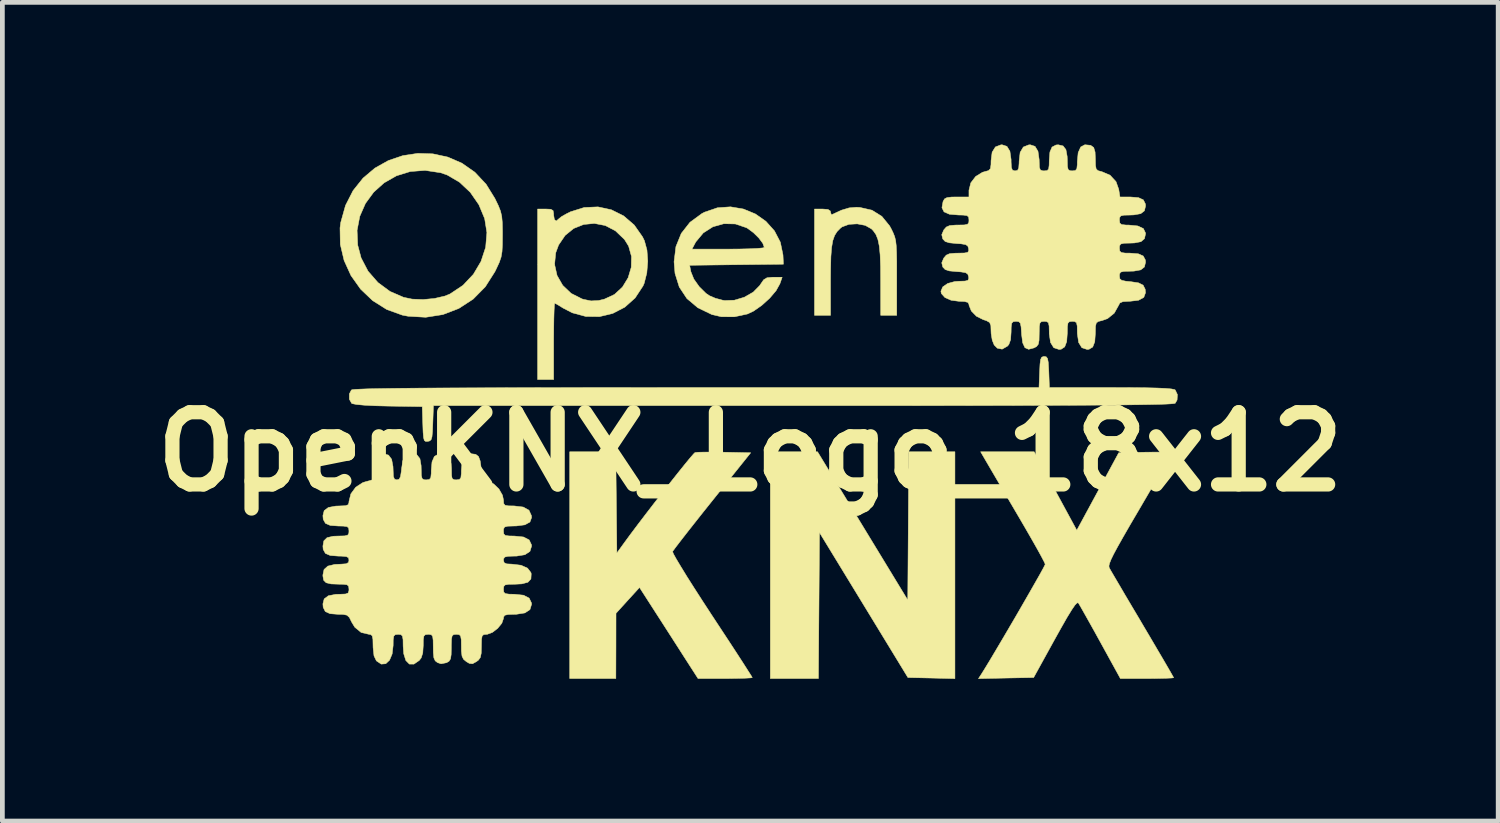
<source format=kicad_pcb>
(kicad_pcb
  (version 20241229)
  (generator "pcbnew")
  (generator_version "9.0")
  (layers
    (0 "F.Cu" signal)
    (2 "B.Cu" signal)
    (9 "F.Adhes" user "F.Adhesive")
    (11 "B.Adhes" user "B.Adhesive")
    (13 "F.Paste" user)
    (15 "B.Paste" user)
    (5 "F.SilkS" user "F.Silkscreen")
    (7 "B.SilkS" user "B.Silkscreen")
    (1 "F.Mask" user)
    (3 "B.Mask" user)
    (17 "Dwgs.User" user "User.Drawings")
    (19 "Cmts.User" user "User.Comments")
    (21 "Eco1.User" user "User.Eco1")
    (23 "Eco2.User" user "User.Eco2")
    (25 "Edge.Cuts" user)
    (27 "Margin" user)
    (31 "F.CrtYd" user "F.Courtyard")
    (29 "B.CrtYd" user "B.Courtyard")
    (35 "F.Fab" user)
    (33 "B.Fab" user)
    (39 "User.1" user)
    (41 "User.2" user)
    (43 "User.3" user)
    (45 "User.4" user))
  (footprint "OpenKNX_Logo_18x12"
    (layer "F.Cu")
    (at 12.78 6.482)
    (property "Reference" "OpenKNX_Logo_18x12" (at 0 0 0) (layer "F.SilkS") (effects (font (size 1.524 1.524) (thickness 0.3))))
    (attr through_hole)
    (fp_poly (pts (xy 3.323 3.129) (xy 3.334 1.564) (xy 3.345 0) (xy 4.318 0) (xy 4.318 4.786) (xy 3.822 4.774) (xy 3.326 4.763) (xy 2.393 3.233) (xy 1.46 1.704) (xy 1.438 4.784) (xy 0.423 4.784) (xy 0.423 0) (xy 1.419 0) (xy 3.323 3.129)) (stroke (width 0.01) (type solid)) (fill yes) (layer "F.SilkS"))
    (fp_poly (pts (xy 2.314 -5.155) (xy 2.568 -5.097) (xy 2.776 -4.967) (xy 2.94 -4.766) (xy 2.979 -4.694) (xy 3.018 -4.612) (xy 3.047 -4.538) (xy 3.067 -4.456) (xy 3.079 -4.352) (xy 3.086 -4.21) (xy 3.09 -4.017) (xy 3.09 -3.758) (xy 3.09 -3.675) (xy 3.09 -2.879) (xy 2.752 -2.879) (xy 2.751 -3.588) (xy 2.749 -3.906) (xy 2.74 -4.153) (xy 2.722 -4.34) (xy 2.693 -4.479) (xy 2.652 -4.583) (xy 2.595 -4.664) (xy 2.558 -4.702) (xy 2.426 -4.777) (xy 2.256 -4.809) (xy 2.082 -4.799) (xy 1.936 -4.745) (xy 1.904 -4.72) (xy 1.832 -4.647) (xy 1.779 -4.563) (xy 1.741 -4.455) (xy 1.716 -4.31) (xy 1.701 -4.117) (xy 1.695 -3.861) (xy 1.693 -3.621) (xy 1.693 -2.879) (xy 1.355 -2.879) (xy 1.355 -5.122) (xy 1.524 -5.122) (xy 1.64 -5.113) (xy 1.689 -5.08) (xy 1.693 -5.055) (xy 1.709 -5.006) (xy 1.725 -5.005) (xy 1.923 -5.097) (xy 2.085 -5.146) (xy 2.238 -5.159) (xy 2.314 -5.155)) (stroke (width 0.01) (type solid)) (fill yes) (layer "F.SilkS"))
    (fp_poly (pts (xy -2.826 1.068) (xy -2.815 2.136) (xy -2.647 1.904) (xy -2.525 1.738) (xy -2.377 1.541) (xy -2.211 1.323) (xy -2.034 1.093) (xy -1.855 0.863) (xy -1.681 0.641) (xy -1.52 0.438) (xy -1.38 0.264) (xy -1.269 0.129) (xy -1.195 0.044) (xy -1.167 0.017) (xy -1.108 0.01) (xy -0.982 0.007) (xy -0.806 0.006) (xy -0.598 0.008) (xy -0.554 0.009) (xy 0.009 0.021) (xy -0.805 1.037) (xy -1.008 1.291) (xy -1.194 1.526) (xy -1.356 1.732) (xy -1.487 1.901) (xy -1.582 2.025) (xy -1.633 2.095) (xy -1.639 2.106) (xy -1.622 2.153) (xy -1.562 2.261) (xy -1.465 2.423) (xy -1.337 2.632) (xy -1.181 2.878) (xy -1.004 3.153) (xy -0.811 3.449) (xy -0.809 3.452) (xy -0.615 3.747) (xy -0.436 4.019) (xy -0.278 4.261) (xy -0.146 4.465) (xy -0.046 4.622) (xy 0.019 4.724) (xy 0.042 4.764) (xy 0.042 4.764) (xy 0.003 4.771) (xy -0.106 4.777) (xy -0.269 4.781) (xy -0.471 4.784) (xy -0.53 4.784) (xy -1.102 4.784) (xy -1.395 4.329) (xy -1.537 4.107) (xy -1.704 3.847) (xy -1.873 3.584) (xy -2.012 3.368) (xy -2.337 2.863) (xy -2.585 3.135) (xy -2.833 3.408) (xy -2.834 4.096) (xy -2.836 4.784) (xy -3.81 4.784) (xy -3.81 0) (xy -2.838 0) (xy -2.826 1.068)) (stroke (width 0.01) (type solid)) (fill yes) (layer "F.SilkS"))
    (fp_poly (pts (xy -2.931 -5.106) (xy -2.672 -4.977) (xy -2.449 -4.785) (xy -2.273 -4.534) (xy -2.233 -4.452) (xy -2.18 -4.256) (xy -2.163 -4.019) (xy -2.183 -3.774) (xy -2.238 -3.556) (xy -2.264 -3.497) (xy -2.43 -3.245) (xy -2.647 -3.051) (xy -2.902 -2.919) (xy -3.181 -2.852) (xy -3.47 -2.855) (xy -3.755 -2.932) (xy -3.947 -3.031) (xy -4.047 -3.093) (xy -4.114 -3.129) (xy -4.127 -3.133) (xy -4.133 -3.093) (xy -4.139 -2.981) (xy -4.144 -2.81) (xy -4.147 -2.594) (xy -4.149 -2.345) (xy -4.149 -2.328) (xy -4.149 -1.524) (xy -4.487 -1.524) (xy -4.487 -3.954) (xy -4.129 -3.954) (xy -4.077 -3.72) (xy -3.958 -3.512) (xy -3.78 -3.342) (xy -3.551 -3.226) (xy -3.524 -3.217) (xy -3.359 -3.183) (xy -3.201 -3.191) (xy -3.079 -3.22) (xy -2.866 -3.319) (xy -2.697 -3.475) (xy -2.577 -3.672) (xy -2.511 -3.893) (xy -2.506 -4.121) (xy -2.567 -4.339) (xy -2.653 -4.478) (xy -2.845 -4.662) (xy -3.061 -4.774) (xy -3.289 -4.818) (xy -3.515 -4.796) (xy -3.726 -4.712) (xy -3.906 -4.566) (xy -4.044 -4.363) (xy -4.105 -4.198) (xy -4.129 -3.954) (xy -4.487 -3.954) (xy -4.487 -5.122) (xy -4.318 -5.122) (xy -4.209 -5.117) (xy -4.161 -5.09) (xy -4.149 -5.023) (xy -4.149 -4.995) (xy -4.133 -4.899) (xy -4.093 -4.869) (xy -4.041 -4.914) (xy -4.04 -4.915) (xy -3.988 -4.958) (xy -3.884 -5.018) (xy -3.794 -5.063) (xy -3.505 -5.154) (xy -3.213 -5.167) (xy -2.931 -5.106)) (stroke (width 0.01) (type solid)) (fill yes) (layer "F.SilkS"))
    (fp_poly (pts (xy -0.145 -5.122) (xy 0.108 -5.018) (xy 0.33 -4.862) (xy 0.51 -4.661) (xy 0.634 -4.423) (xy 0.69 -4.154) (xy 0.691 -4.136) (xy 0.699 -3.958) (xy -0.291 -3.947) (xy -1.28 -3.935) (xy -1.253 -3.799) (xy -1.191 -3.644) (xy -1.076 -3.482) (xy -0.934 -3.342) (xy -0.86 -3.292) (xy -0.736 -3.239) (xy -0.583 -3.198) (xy -0.541 -3.191) (xy -0.336 -3.198) (xy -0.125 -3.261) (xy 0.063 -3.369) (xy 0.201 -3.509) (xy 0.216 -3.533) (xy 0.282 -3.629) (xy 0.353 -3.672) (xy 0.466 -3.683) (xy 0.489 -3.683) (xy 0.673 -3.683) (xy 0.625 -3.545) (xy 0.544 -3.399) (xy 0.408 -3.239) (xy 0.241 -3.088) (xy 0.067 -2.967) (xy -0.061 -2.907) (xy -0.335 -2.848) (xy -0.609 -2.849) (xy -0.809 -2.895) (xy -1.107 -3.039) (xy -1.337 -3.233) (xy -1.498 -3.476) (xy -1.588 -3.764) (xy -1.608 -4.01) (xy -1.575 -4.276) (xy -1.23 -4.276) (xy -0.467 -4.276) (xy -0.223 -4.278) (xy -0.012 -4.283) (xy 0.154 -4.291) (xy 0.261 -4.301) (xy 0.296 -4.312) (xy 0.264 -4.399) (xy 0.181 -4.51) (xy 0.068 -4.622) (xy -0.055 -4.713) (xy -0.081 -4.728) (xy -0.316 -4.807) (xy -0.558 -4.812) (xy -0.789 -4.747) (xy -0.991 -4.618) (xy -1.148 -4.43) (xy -1.169 -4.392) (xy -1.23 -4.276) (xy -1.575 -4.276) (xy -1.569 -4.328) (xy -1.456 -4.607) (xy -1.273 -4.841) (xy -1.021 -5.026) (xy -0.963 -5.056) (xy -0.694 -5.148) (xy -0.417 -5.168) (xy -0.145 -5.122)) (stroke (width 0.01) (type solid)) (fill yes) (layer "F.SilkS"))
    (fp_poly (pts (xy -6.696 -6.286) (xy -6.382 -6.218) (xy -6.084 -6.089) (xy -5.811 -5.898) (xy -5.573 -5.644) (xy -5.388 -5.344) (xy -5.316 -5.195) (xy -5.27 -5.079) (xy -5.244 -4.968) (xy -5.232 -4.837) (xy -5.228 -4.658) (xy -5.228 -4.572) (xy -5.23 -4.368) (xy -5.238 -4.222) (xy -5.258 -4.106) (xy -5.296 -3.995) (xy -5.358 -3.862) (xy -5.388 -3.8) (xy -5.59 -3.482) (xy -5.847 -3.221) (xy -6.15 -3.024) (xy -6.486 -2.895) (xy -6.847 -2.838) (xy -7.22 -2.86) (xy -7.34 -2.883) (xy -7.67 -3.002) (xy -7.967 -3.189) (xy -8.221 -3.431) (xy -8.425 -3.718) (xy -8.57 -4.037) (xy -8.65 -4.376) (xy -8.655 -4.672) (xy -8.296 -4.672) (xy -8.283 -4.361) (xy -8.211 -4.091) (xy -8.065 -3.811) (xy -7.856 -3.571) (xy -7.601 -3.383) (xy -7.315 -3.259) (xy -7.134 -3.221) (xy -6.903 -3.212) (xy -6.661 -3.235) (xy -6.442 -3.286) (xy -6.335 -3.33) (xy -6.063 -3.511) (xy -5.842 -3.745) (xy -5.681 -4.017) (xy -5.583 -4.315) (xy -5.557 -4.625) (xy -5.604 -4.919) (xy -5.727 -5.214) (xy -5.908 -5.475) (xy -6.135 -5.688) (xy -6.393 -5.839) (xy -6.53 -5.887) (xy -6.86 -5.937) (xy -7.174 -5.913) (xy -7.465 -5.823) (xy -7.725 -5.675) (xy -7.946 -5.477) (xy -8.12 -5.239) (xy -8.239 -4.968) (xy -8.296 -4.672) (xy -8.655 -4.672) (xy -8.656 -4.723) (xy -8.641 -4.837) (xy -8.54 -5.198) (xy -8.38 -5.511) (xy -8.17 -5.774) (xy -7.919 -5.986) (xy -7.637 -6.144) (xy -7.332 -6.248) (xy -7.016 -6.296) (xy -6.696 -6.286)) (stroke (width 0.01) (type solid)) (fill yes) (layer "F.SilkS"))
    (fp_poly (pts (xy 6.245 -2.003) (xy 6.272 -1.967) (xy 6.287 -1.887) (xy 6.296 -1.744) (xy 6.299 -1.683) (xy 6.311 -1.355) (xy 7.613 -1.355) (xy 8.013 -1.354) (xy 8.334 -1.351) (xy 8.582 -1.345) (xy 8.764 -1.337) (xy 8.885 -1.326) (xy 8.952 -1.312) (xy 8.966 -1.304) (xy 9.012 -1.207) (xy 9.005 -1.092) (xy 8.966 -1.024) (xy 8.941 -1.018) (xy 8.878 -1.012) (xy 8.773 -1.006) (xy 8.625 -1.001) (xy 8.43 -0.997) (xy 8.185 -0.993) (xy 7.887 -0.989) (xy 7.534 -0.986) (xy 7.123 -0.983) (xy 6.651 -0.981) (xy 6.114 -0.979) (xy 5.511 -0.977) (xy 4.839 -0.976) (xy 4.094 -0.975) (xy 3.273 -0.974) (xy 2.374 -0.974) (xy 1.395 -0.974) (xy 1.115 -0.974) (xy -6.685 -0.974) (xy -6.698 -0.603) (xy -6.705 -0.425) (xy -6.716 -0.314) (xy -6.735 -0.254) (xy -6.767 -0.228) (xy -6.803 -0.22) (xy -6.848 -0.218) (xy -6.877 -0.239) (xy -6.893 -0.298) (xy -6.903 -0.411) (xy -6.909 -0.579) (xy -6.921 -0.953) (xy -7.638 -0.964) (xy -7.92 -0.971) (xy -8.146 -0.983) (xy -8.309 -0.998) (xy -8.399 -1.016) (xy -8.411 -1.022) (xy -8.459 -1.109) (xy -8.459 -1.221) (xy -8.416 -1.304) (xy -8.391 -1.311) (xy -8.327 -1.317) (xy -8.221 -1.322) (xy -8.071 -1.328) (xy -7.874 -1.332) (xy -7.627 -1.336) (xy -7.326 -1.34) (xy -6.968 -1.343) (xy -6.552 -1.346) (xy -6.073 -1.348) (xy -5.53 -1.35) (xy -4.918 -1.352) (xy -4.235 -1.353) (xy -3.478 -1.354) (xy -2.644 -1.354) (xy -1.731 -1.355) (xy -1.136 -1.355) (xy 6.092 -1.355) (xy 6.105 -1.683) (xy 6.113 -1.849) (xy 6.126 -1.947) (xy 6.149 -1.995) (xy 6.186 -2.01) (xy 6.202 -2.011) (xy 6.245 -2.003)) (stroke (width 0.01) (type solid)) (fill yes) (layer "F.SilkS"))
    (fp_poly (pts (xy 5.425 0.000143) (xy 5.99 0.000286) (xy 6.44 0.828) (xy 6.889 1.656) (xy 7.332 0.838) (xy 7.774 0.021) (xy 8.332 0.009) (xy 8.538 0.007) (xy 8.71 0.008) (xy 8.832 0.013) (xy 8.888 0.022) (xy 8.89 0.024) (xy 8.869 0.065) (xy 8.811 0.171) (xy 8.719 0.332) (xy 8.6 0.538) (xy 8.459 0.782) (xy 8.3 1.054) (xy 8.21 1.208) (xy 8.018 1.535) (xy 7.866 1.799) (xy 7.75 2.005) (xy 7.666 2.161) (xy 7.61 2.276) (xy 7.579 2.356) (xy 7.567 2.41) (xy 7.573 2.446) (xy 7.575 2.45) (xy 7.607 2.507) (xy 7.677 2.627) (xy 7.779 2.8) (xy 7.906 3.017) (xy 8.054 3.267) (xy 8.217 3.541) (xy 8.276 3.642) (xy 8.44 3.919) (xy 8.588 4.171) (xy 8.717 4.39) (xy 8.82 4.567) (xy 8.892 4.693) (xy 8.929 4.759) (xy 8.932 4.767) (xy 8.893 4.773) (xy 8.784 4.778) (xy 8.621 4.782) (xy 8.421 4.784) (xy 8.37 4.784) (xy 7.809 4.784) (xy 7.386 4.015) (xy 7.257 3.781) (xy 7.139 3.57) (xy 7.04 3.394) (xy 6.967 3.265) (xy 6.926 3.196) (xy 6.921 3.189) (xy 6.896 3.188) (xy 6.851 3.234) (xy 6.783 3.333) (xy 6.686 3.491) (xy 6.559 3.714) (xy 6.429 3.947) (xy 5.979 4.763) (xy 5.397 4.774) (xy 4.815 4.786) (xy 4.877 4.69) (xy 4.95 4.573) (xy 5.051 4.407) (xy 5.173 4.202) (xy 5.311 3.969) (xy 5.458 3.719) (xy 5.608 3.463) (xy 5.754 3.21) (xy 5.891 2.972) (xy 6.012 2.76) (xy 6.112 2.584) (xy 6.183 2.455) (xy 6.219 2.383) (xy 6.223 2.373) (xy 6.202 2.324) (xy 6.144 2.213) (xy 6.054 2.049) (xy 5.937 1.843) (xy 5.8 1.605) (xy 5.658 1.362) (xy 5.5 1.093) (xy 5.349 0.836) (xy 5.214 0.606) (xy 5.101 0.413) (xy 5.018 0.271) (xy 4.977 0.201) (xy 4.86 0) (xy 5.425 0.000143)) (stroke (width 0.01) (type solid)) (fill yes) (layer "F.SilkS"))
    (fp_poly (pts (xy 7.181 -6.466) (xy 7.246 -6.42) (xy 7.275 -6.324) (xy 7.281 -6.181) (xy 7.284 -6.044) (xy 7.298 -5.968) (xy 7.335 -5.932) (xy 7.407 -5.912) (xy 7.417 -5.91) (xy 7.592 -5.835) (xy 7.717 -5.699) (xy 7.774 -5.538) (xy 7.8 -5.376) (xy 8.019 -5.376) (xy 8.191 -5.362) (xy 8.294 -5.315) (xy 8.337 -5.228) (xy 8.34 -5.186) (xy 8.316 -5.084) (xy 8.238 -5.024) (xy 8.094 -4.998) (xy 8.014 -4.995) (xy 7.883 -4.992) (xy 7.817 -4.977) (xy 7.792 -4.939) (xy 7.789 -4.889) (xy 7.797 -4.825) (xy 7.835 -4.794) (xy 7.927 -4.784) (xy 7.983 -4.784) (xy 8.175 -4.765) (xy 8.294 -4.71) (xy 8.339 -4.616) (xy 8.34 -4.6) (xy 8.317 -4.496) (xy 8.243 -4.433) (xy 8.104 -4.406) (xy 8.014 -4.403) (xy 7.883 -4.4) (xy 7.817 -4.384) (xy 7.792 -4.346) (xy 7.789 -4.297) (xy 7.796 -4.235) (xy 7.829 -4.204) (xy 7.91 -4.192) (xy 8.014 -4.191) (xy 8.187 -4.177) (xy 8.291 -4.131) (xy 8.336 -4.047) (xy 8.34 -4) (xy 8.316 -3.899) (xy 8.238 -3.838) (xy 8.094 -3.812) (xy 8.014 -3.81) (xy 7.883 -3.807) (xy 7.816 -3.791) (xy 7.792 -3.753) (xy 7.789 -3.709) (xy 7.797 -3.651) (xy 7.835 -3.618) (xy 7.922 -3.599) (xy 8.026 -3.589) (xy 8.192 -3.564) (xy 8.289 -3.515) (xy 8.332 -3.43) (xy 8.339 -3.356) (xy 8.303 -3.258) (xy 8.192 -3.197) (xy 8.006 -3.175) (xy 7.985 -3.175) (xy 7.863 -3.168) (xy 7.798 -3.14) (xy 7.766 -3.08) (xy 7.766 -3.08) (xy 7.679 -2.924) (xy 7.538 -2.81) (xy 7.423 -2.769) (xy 7.343 -2.75) (xy 7.301 -2.718) (xy 7.284 -2.648) (xy 7.281 -2.52) (xy 7.281 -2.501) (xy 7.268 -2.32) (xy 7.225 -2.21) (xy 7.147 -2.163) (xy 7.107 -2.159) (xy 6.996 -2.196) (xy 6.928 -2.306) (xy 6.901 -2.49) (xy 6.9 -2.522) (xy 6.898 -2.654) (xy 6.883 -2.723) (xy 6.846 -2.748) (xy 6.795 -2.752) (xy 6.735 -2.746) (xy 6.703 -2.716) (xy 6.691 -2.64) (xy 6.689 -2.506) (xy 6.676 -2.324) (xy 6.634 -2.213) (xy 6.558 -2.163) (xy 6.514 -2.159) (xy 6.403 -2.196) (xy 6.335 -2.306) (xy 6.308 -2.49) (xy 6.308 -2.522) (xy 6.305 -2.654) (xy 6.29 -2.723) (xy 6.253 -2.748) (xy 6.202 -2.752) (xy 6.143 -2.746) (xy 6.112 -2.717) (xy 6.099 -2.644) (xy 6.096 -2.507) (xy 6.096 -2.497) (xy 6.093 -2.353) (xy 6.077 -2.269) (xy 6.04 -2.221) (xy 5.987 -2.192) (xy 5.873 -2.162) (xy 5.795 -2.196) (xy 5.747 -2.3) (xy 5.724 -2.481) (xy 5.724 -2.491) (xy 5.714 -2.635) (xy 5.698 -2.713) (xy 5.666 -2.745) (xy 5.609 -2.752) (xy 5.607 -2.752) (xy 5.547 -2.745) (xy 5.516 -2.711) (xy 5.505 -2.63) (xy 5.503 -2.525) (xy 5.492 -2.364) (xy 5.456 -2.264) (xy 5.426 -2.229) (xy 5.314 -2.165) (xy 5.212 -2.186) (xy 5.146 -2.253) (xy 5.105 -2.355) (xy 5.082 -2.495) (xy 5.08 -2.543) (xy 5.076 -2.663) (xy 5.05 -2.728) (xy 4.984 -2.766) (xy 4.915 -2.788) (xy 4.771 -2.86) (xy 4.664 -2.97) (xy 4.615 -3.092) (xy 4.614 -3.11) (xy 4.593 -3.151) (xy 4.518 -3.171) (xy 4.403 -3.175) (xy 4.238 -3.197) (xy 4.108 -3.254) (xy 4.033 -3.337) (xy 4.022 -3.387) (xy 4.061 -3.479) (xy 4.165 -3.551) (xy 4.315 -3.592) (xy 4.406 -3.598) (xy 4.532 -3.602) (xy 4.593 -3.618) (xy 4.61 -3.656) (xy 4.607 -3.694) (xy 4.589 -3.748) (xy 4.543 -3.779) (xy 4.446 -3.795) (xy 4.35 -3.802) (xy 4.2 -3.816) (xy 4.112 -3.845) (xy 4.064 -3.895) (xy 4.061 -3.9) (xy 4.04 -3.987) (xy 4.081 -4.084) (xy 4.083 -4.088) (xy 4.135 -4.149) (xy 4.206 -4.18) (xy 4.324 -4.19) (xy 4.385 -4.191) (xy 4.519 -4.194) (xy 4.587 -4.207) (xy 4.609 -4.24) (xy 4.607 -4.286) (xy 4.589 -4.341) (xy 4.543 -4.372) (xy 4.446 -4.388) (xy 4.35 -4.394) (xy 4.2 -4.409) (xy 4.112 -4.437) (xy 4.064 -4.488) (xy 4.061 -4.492) (xy 4.04 -4.58) (xy 4.081 -4.677) (xy 4.083 -4.681) (xy 4.136 -4.742) (xy 4.208 -4.773) (xy 4.327 -4.783) (xy 4.382 -4.784) (xy 4.515 -4.786) (xy 4.585 -4.801) (xy 4.611 -4.837) (xy 4.614 -4.889) (xy 4.608 -4.951) (xy 4.574 -4.983) (xy 4.493 -4.994) (xy 4.392 -4.996) (xy 4.202 -5.012) (xy 4.088 -5.062) (xy 4.044 -5.15) (xy 4.067 -5.278) (xy 4.068 -5.281) (xy 4.098 -5.335) (xy 4.151 -5.363) (xy 4.25 -5.375) (xy 4.359 -5.376) (xy 4.614 -5.376) (xy 4.614 -5.518) (xy 4.653 -5.674) (xy 4.755 -5.808) (xy 4.899 -5.897) (xy 4.952 -5.912) (xy 5.029 -5.933) (xy 5.067 -5.975) (xy 5.079 -6.061) (xy 5.08 -6.141) (xy 5.103 -6.321) (xy 5.172 -6.432) (xy 5.289 -6.476) (xy 5.314 -6.477) (xy 5.415 -6.444) (xy 5.478 -6.341) (xy 5.503 -6.165) (xy 5.503 -6.12) (xy 5.509 -6) (xy 5.531 -5.943) (xy 5.58 -5.927) (xy 5.588 -5.927) (xy 5.639 -5.938) (xy 5.664 -5.986) (xy 5.672 -6.091) (xy 5.673 -6.135) (xy 5.694 -6.317) (xy 5.761 -6.43) (xy 5.875 -6.475) (xy 5.907 -6.477) (xy 6.008 -6.444) (xy 6.07 -6.341) (xy 6.095 -6.165) (xy 6.096 -6.12) (xy 6.1 -6.001) (xy 6.121 -5.945) (xy 6.171 -5.928) (xy 6.202 -5.927) (xy 6.263 -5.933) (xy 6.295 -5.966) (xy 6.306 -6.047) (xy 6.308 -6.151) (xy 6.322 -6.325) (xy 6.367 -6.429) (xy 6.451 -6.473) (xy 6.498 -6.477) (xy 6.6 -6.453) (xy 6.66 -6.375) (xy 6.686 -6.231) (xy 6.689 -6.151) (xy 6.692 -6.021) (xy 6.707 -5.954) (xy 6.745 -5.93) (xy 6.795 -5.927) (xy 6.859 -5.934) (xy 6.89 -5.973) (xy 6.9 -6.064) (xy 6.9 -6.12) (xy 6.918 -6.311) (xy 6.972 -6.431) (xy 7.058 -6.477) (xy 7.068 -6.477) (xy 7.181 -6.466)) (stroke (width 0.01) (type solid)) (fill yes) (layer "F.SilkS"))
    (fp_poly (pts (xy -5.793 0.054) (xy -5.734 0.099) (xy -5.699 0.193) (xy -5.676 0.354) (xy -5.673 0.381) (xy -5.657 0.515) (xy -5.633 0.587) (xy -5.589 0.618) (xy -5.537 0.627) (xy -5.415 0.678) (xy -5.304 0.784) (xy -5.228 0.917) (xy -5.207 1.019) (xy -5.203 1.091) (xy -5.175 1.128) (xy -5.104 1.141) (xy -4.981 1.143) (xy -4.79 1.166) (xy -4.669 1.234) (xy -4.617 1.349) (xy -4.614 1.388) (xy -4.649 1.482) (xy -4.755 1.541) (xy -4.935 1.565) (xy -4.993 1.566) (xy -5.119 1.57) (xy -5.183 1.587) (xy -5.205 1.628) (xy -5.207 1.672) (xy -5.201 1.733) (xy -5.169 1.765) (xy -5.089 1.776) (xy -4.977 1.778) (xy -4.784 1.798) (xy -4.665 1.86) (xy -4.616 1.964) (xy -4.614 1.99) (xy -4.649 2.102) (xy -4.755 2.172) (xy -4.933 2.201) (xy -4.977 2.201) (xy -5.111 2.205) (xy -5.18 2.221) (xy -5.205 2.258) (xy -5.207 2.286) (xy -5.194 2.34) (xy -5.139 2.365) (xy -5.027 2.371) (xy -4.837 2.394) (xy -4.7 2.455) (xy -4.628 2.549) (xy -4.622 2.575) (xy -4.628 2.684) (xy -4.692 2.753) (xy -4.821 2.787) (xy -4.958 2.794) (xy -5.097 2.796) (xy -5.172 2.809) (xy -5.201 2.841) (xy -5.207 2.9) (xy -5.201 2.961) (xy -5.169 2.992) (xy -5.089 3.004) (xy -4.977 3.006) (xy -4.784 3.026) (xy -4.665 3.088) (xy -4.616 3.191) (xy -4.614 3.217) (xy -4.649 3.33) (xy -4.755 3.4) (xy -4.933 3.428) (xy -4.977 3.429) (xy -5.11 3.433) (xy -5.179 3.449) (xy -5.204 3.485) (xy -5.207 3.517) (xy -5.242 3.618) (xy -5.329 3.725) (xy -5.441 3.811) (xy -5.551 3.852) (xy -5.564 3.852) (xy -5.624 3.857) (xy -5.657 3.886) (xy -5.67 3.957) (xy -5.673 4.092) (xy -5.673 4.105) (xy -5.677 4.252) (xy -5.696 4.341) (xy -5.737 4.397) (xy -5.779 4.428) (xy -5.861 4.473) (xy -5.927 4.465) (xy -5.99 4.428) (xy -6.05 4.378) (xy -6.082 4.313) (xy -6.095 4.206) (xy -6.096 4.105) (xy -6.098 3.965) (xy -6.111 3.889) (xy -6.141 3.858) (xy -6.199 3.852) (xy -6.202 3.852) (xy -6.259 3.857) (xy -6.29 3.884) (xy -6.304 3.953) (xy -6.308 4.082) (xy -6.308 4.128) (xy -6.311 4.28) (xy -6.325 4.369) (xy -6.356 4.419) (xy -6.408 4.45) (xy -6.524 4.473) (xy -6.599 4.448) (xy -6.648 4.41) (xy -6.676 4.347) (xy -6.687 4.239) (xy -6.689 4.126) (xy -6.691 3.979) (xy -6.701 3.897) (xy -6.728 3.861) (xy -6.778 3.852) (xy -6.795 3.852) (xy -6.855 3.858) (xy -6.887 3.89) (xy -6.899 3.969) (xy -6.9 4.085) (xy -6.91 4.245) (xy -6.944 4.35) (xy -6.985 4.403) (xy -7.097 4.48) (xy -7.193 4.479) (xy -7.267 4.404) (xy -7.312 4.261) (xy -7.324 4.103) (xy -7.326 3.964) (xy -7.339 3.889) (xy -7.37 3.858) (xy -7.428 3.852) (xy -7.429 3.852) (xy -7.49 3.858) (xy -7.522 3.89) (xy -7.534 3.969) (xy -7.535 4.085) (xy -7.556 4.265) (xy -7.611 4.397) (xy -7.691 4.472) (xy -7.786 4.48) (xy -7.886 4.413) (xy -7.889 4.41) (xy -7.939 4.306) (xy -7.958 4.132) (xy -7.959 4.092) (xy -7.962 3.955) (xy -7.977 3.883) (xy -8.011 3.855) (xy -8.041 3.852) (xy -8.209 3.813) (xy -8.345 3.701) (xy -8.411 3.592) (xy -8.458 3.496) (xy -8.509 3.448) (xy -8.592 3.431) (xy -8.699 3.429) (xy -8.867 3.416) (xy -8.967 3.37) (xy -9.011 3.282) (xy -9.017 3.21) (xy -8.99 3.104) (xy -8.902 3.038) (xy -8.746 3.008) (xy -8.66 3.006) (xy -8.541 3.001) (xy -8.485 2.98) (xy -8.468 2.93) (xy -8.467 2.9) (xy -8.474 2.837) (xy -8.509 2.805) (xy -8.595 2.795) (xy -8.675 2.794) (xy -8.846 2.788) (xy -8.949 2.763) (xy -9.001 2.711) (xy -9.017 2.622) (xy -9.017 2.598) (xy -8.993 2.484) (xy -8.913 2.412) (xy -8.769 2.377) (xy -8.633 2.371) (xy -8.524 2.363) (xy -8.476 2.334) (xy -8.467 2.286) (xy -8.477 2.236) (xy -8.522 2.211) (xy -8.622 2.202) (xy -8.691 2.201) (xy -8.862 2.188) (xy -8.964 2.144) (xy -9.011 2.06) (xy -9.017 1.99) (xy -8.997 1.879) (xy -8.929 1.812) (xy -8.8 1.782) (xy -8.691 1.778) (xy -8.561 1.775) (xy -8.494 1.759) (xy -8.47 1.721) (xy -8.467 1.672) (xy -8.473 1.611) (xy -8.506 1.579) (xy -8.587 1.568) (xy -8.691 1.566) (xy -8.861 1.554) (xy -8.963 1.51) (xy -9.01 1.426) (xy -9.017 1.348) (xy -8.99 1.241) (xy -8.902 1.175) (xy -8.746 1.146) (xy -8.66 1.143) (xy -8.541 1.138) (xy -8.484 1.117) (xy -8.467 1.068) (xy -8.467 1.048) (xy -8.427 0.888) (xy -8.324 0.747) (xy -8.176 0.651) (xy -8.13 0.636) (xy -7.959 0.589) (xy -7.959 0.367) (xy -7.946 0.197) (xy -7.902 0.096) (xy -7.817 0.049) (xy -7.74 0.042) (xy -7.633 0.07) (xy -7.567 0.158) (xy -7.538 0.313) (xy -7.535 0.399) (xy -7.53 0.52) (xy -7.506 0.578) (xy -7.457 0.593) (xy -7.456 0.593) (xy -7.408 0.579) (xy -7.38 0.524) (xy -7.362 0.409) (xy -7.357 0.356) (xy -7.331 0.189) (xy -7.281 0.092) (xy -7.197 0.049) (xy -7.131 0.043) (xy -7.031 0.067) (xy -6.97 0.146) (xy -6.945 0.292) (xy -6.943 0.368) (xy -6.94 0.499) (xy -6.924 0.565) (xy -6.886 0.59) (xy -6.837 0.593) (xy -6.772 0.585) (xy -6.741 0.547) (xy -6.731 0.455) (xy -6.731 0.399) (xy -6.715 0.213) (xy -6.665 0.098) (xy -6.576 0.047) (xy -6.526 0.042) (xy -6.412 0.061) (xy -6.344 0.127) (xy -6.313 0.252) (xy -6.308 0.368) (xy -6.305 0.499) (xy -6.289 0.565) (xy -6.251 0.59) (xy -6.202 0.593) (xy -6.137 0.585) (xy -6.106 0.547) (xy -6.096 0.455) (xy -6.096 0.399) (xy -6.081 0.215) (xy -6.032 0.1) (xy -5.944 0.048) (xy -5.885 0.042) (xy -5.793 0.054)) (stroke (width 0.01) (type solid)) (fill yes) (layer "F.SilkS")))
  (gr_rect
    (start -3 -3)
    (end 28.56 14.273)
    (stroke (width 0.1) (type default))
    (fill no)
    (layer "Edge.Cuts")))
</source>
